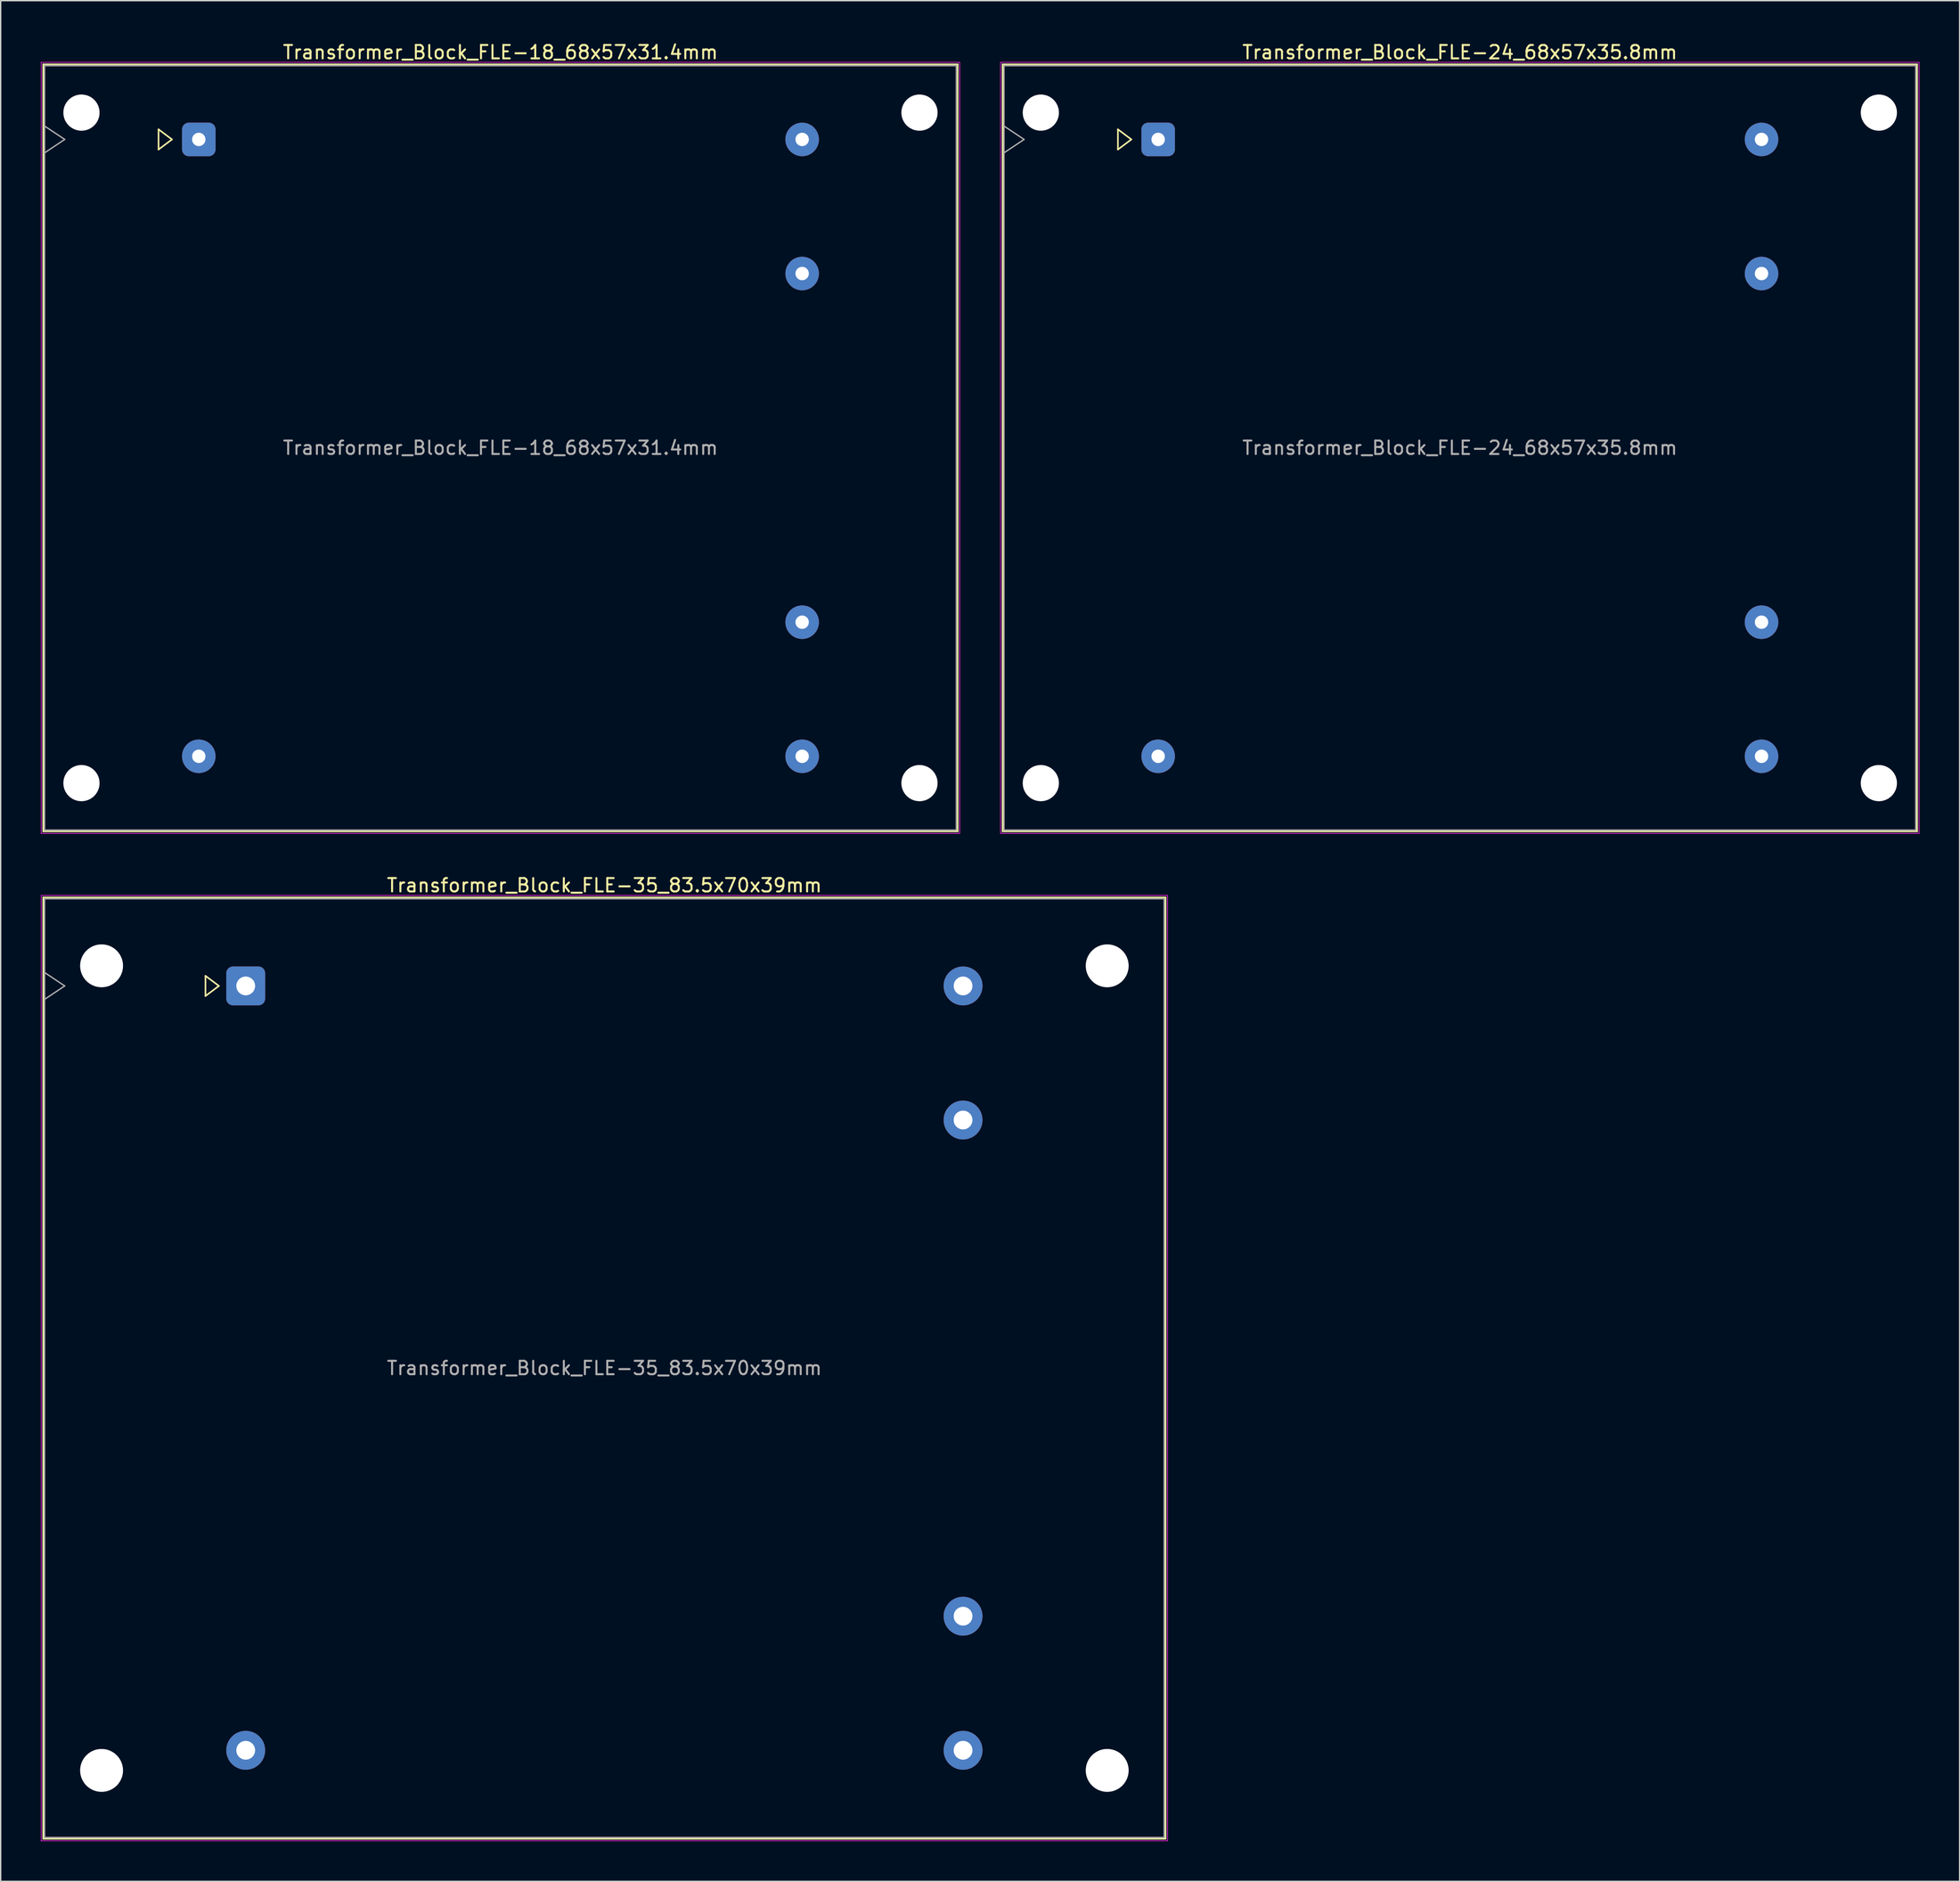
<source format=kicad_pcb>
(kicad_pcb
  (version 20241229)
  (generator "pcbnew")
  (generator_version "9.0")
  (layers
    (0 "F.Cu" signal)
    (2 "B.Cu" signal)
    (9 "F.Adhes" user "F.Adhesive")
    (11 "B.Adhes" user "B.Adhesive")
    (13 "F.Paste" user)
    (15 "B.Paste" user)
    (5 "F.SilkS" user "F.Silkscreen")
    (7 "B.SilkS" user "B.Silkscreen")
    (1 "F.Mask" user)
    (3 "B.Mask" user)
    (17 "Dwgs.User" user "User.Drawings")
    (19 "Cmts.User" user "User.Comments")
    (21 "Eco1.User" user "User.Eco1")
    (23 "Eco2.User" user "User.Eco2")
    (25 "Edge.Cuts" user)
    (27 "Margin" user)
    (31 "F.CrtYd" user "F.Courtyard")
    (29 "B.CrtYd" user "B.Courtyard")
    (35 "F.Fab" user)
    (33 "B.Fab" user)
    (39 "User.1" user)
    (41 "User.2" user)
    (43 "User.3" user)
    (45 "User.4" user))
  (footprint "Transformer_Block_FLE-24_68x57x35.8mm"
    (layer "F.Cu")
    (at 83.325 7.348)
    (property "Reference" "Transformer_Block_FLE-24_68x57x35.8mm" (at 22.5 -6.5 0) (layer "F.SilkS") (effects (font (size 1 1) (thickness 0.15))))
    (attr through_hole)
    (fp_line (start -11.6 -5.6) (end -11.6 51.6) (stroke (width 0.12) (type solid)) (layer "F.SilkS"))
    (fp_line (start -11.6 51.6) (end 56.6 51.6) (stroke (width 0.12) (type solid)) (layer "F.SilkS"))
    (fp_line (start -3 -0.75) (end -2 0) (stroke (width 0.12) (type solid)) (layer "F.SilkS"))
    (fp_line (start -3 0.75) (end -3 -0.75) (stroke (width 0.12) (type solid)) (layer "F.SilkS"))
    (fp_line (start -2 0) (end -3 0.75) (stroke (width 0.12) (type solid)) (layer "F.SilkS"))
    (fp_line (start 56.6 -5.6) (end -11.6 -5.6) (stroke (width 0.12) (type solid)) (layer "F.SilkS"))
    (fp_line (start 56.6 51.6) (end 56.6 -5.6) (stroke (width 0.12) (type solid)) (layer "F.SilkS"))
    (fp_line (start -11.75 -5.75) (end -11.75 51.75) (stroke (width 0.05) (type solid)) (layer "F.CrtYd"))
    (fp_line (start -11.75 51.75) (end 56.75 51.75) (stroke (width 0.05) (type solid)) (layer "F.CrtYd"))
    (fp_line (start 56.75 -5.75) (end -11.75 -5.75) (stroke (width 0.05) (type solid)) (layer "F.CrtYd"))
    (fp_line (start 56.75 51.75) (end 56.75 -5.75) (stroke (width 0.05) (type solid)) (layer "F.CrtYd"))
    (fp_line (start -11.5 -5.5) (end -11.5 51.5) (stroke (width 0.1) (type solid)) (layer "F.Fab"))
    (fp_line (start -11.5 -1) (end -10 0) (stroke (width 0.1) (type solid)) (layer "F.Fab"))
    (fp_line (start -11.5 51.5) (end 56.5 51.5) (stroke (width 0.1) (type solid)) (layer "F.Fab"))
    (fp_line (start -10 0) (end -11.5 1) (stroke (width 0.1) (type solid)) (layer "F.Fab"))
    (fp_line (start 56.5 -5.5) (end -11.5 -5.5) (stroke (width 0.1) (type solid)) (layer "F.Fab"))
    (fp_line (start 56.5 51.5) (end 56.5 -5.5) (stroke (width 0.1) (type solid)) (layer "F.Fab"))
    (fp_text user "${REFERENCE}" (at 22.5 23 0) (layer "F.Fab") (effects (font (size 1 1) (thickness 0.15))))
    (pad "" np_thru_hole circle (at -8.75 -2) (size 2.7 2.7) (drill 2.7) (layers "*.Cu" "*.Mask"))
    (pad "" np_thru_hole circle (at -8.75 48) (size 2.7 2.7) (drill 2.7) (layers "*.Cu" "*.Mask"))
    (pad "" np_thru_hole circle (at 53.75 -2) (size 2.7 2.7) (drill 2.7) (layers "*.Cu" "*.Mask"))
    (pad "" np_thru_hole circle (at 53.75 48) (size 2.7 2.7) (drill 2.7) (layers "*.Cu" "*.Mask"))
    (pad "1" thru_hole roundrect (at 0 0) (size 2.5 2.5) (drill 1) (layers "*.Cu" "*.Mask") (roundrect_rratio 0.2))
    (pad "2" thru_hole circle (at 0 46) (size 2.5 2.5) (drill 1) (layers "*.Cu" "*.Mask"))
    (pad "3" thru_hole circle (at 45 46) (size 2.5 2.5) (drill 1) (layers "*.Cu" "*.Mask"))
    (pad "4" thru_hole circle (at 45 36) (size 2.5 2.5) (drill 1) (layers "*.Cu" "*.Mask"))
    (pad "5" thru_hole circle (at 45 10) (size 2.5 2.5) (drill 1) (layers "*.Cu" "*.Mask"))
    (pad "6" thru_hole circle (at 45 0) (size 2.5 2.5) (drill 1) (layers "*.Cu" "*.Mask")))
  (footprint "Transformer_Block_FLE-35_83.5x70x39mm"
    (layer "F.Cu")
    (at 15.275 70.472)
    (property "Reference" "Transformer_Block_FLE-35_83.5x70x39mm" (at 26.75 -7.5 0) (layer "F.SilkS") (effects (font (size 1 1) (thickness 0.15))))
    (attr through_hole)
    (fp_line (start -15.1 -6.6) (end -15.1 63.6) (stroke (width 0.12) (type solid)) (layer "F.SilkS"))
    (fp_line (start -15.1 63.6) (end 68.6 63.6) (stroke (width 0.12) (type solid)) (layer "F.SilkS"))
    (fp_line (start -3 -0.75) (end -2 0) (stroke (width 0.12) (type solid)) (layer "F.SilkS"))
    (fp_line (start -3 0.75) (end -3 -0.75) (stroke (width 0.12) (type solid)) (layer "F.SilkS"))
    (fp_line (start -2 0) (end -3 0.75) (stroke (width 0.12) (type solid)) (layer "F.SilkS"))
    (fp_line (start 68.6 -6.6) (end -15.1 -6.6) (stroke (width 0.12) (type solid)) (layer "F.SilkS"))
    (fp_line (start 68.6 63.6) (end 68.6 -6.6) (stroke (width 0.12) (type solid)) (layer "F.SilkS"))
    (fp_line (start -15.25 -6.75) (end -15.25 63.75) (stroke (width 0.05) (type solid)) (layer "F.CrtYd"))
    (fp_line (start -15.25 63.75) (end 68.75 63.75) (stroke (width 0.05) (type solid)) (layer "F.CrtYd"))
    (fp_line (start 68.75 -6.75) (end -15.25 -6.75) (stroke (width 0.05) (type solid)) (layer "F.CrtYd"))
    (fp_line (start 68.75 63.75) (end 68.75 -6.75) (stroke (width 0.05) (type solid)) (layer "F.CrtYd"))
    (fp_line (start -15 -6.5) (end -15 63.5) (stroke (width 0.1) (type solid)) (layer "F.Fab"))
    (fp_line (start -15 -1) (end -13.5 0) (stroke (width 0.1) (type solid)) (layer "F.Fab"))
    (fp_line (start -15 63.5) (end 68.5 63.5) (stroke (width 0.1) (type solid)) (layer "F.Fab"))
    (fp_line (start -13.5 0) (end -15 1) (stroke (width 0.1) (type solid)) (layer "F.Fab"))
    (fp_line (start 68.5 -6.5) (end -15 -6.5) (stroke (width 0.1) (type solid)) (layer "F.Fab"))
    (fp_line (start 68.5 63.5) (end 68.5 -6.5) (stroke (width 0.1) (type solid)) (layer "F.Fab"))
    (fp_text user "${REFERENCE}" (at 26.75 28.5 0) (layer "F.Fab") (effects (font (size 1 1) (thickness 0.15))))
    (pad "" np_thru_hole circle (at -10.75 -1.5) (size 3.2 3.2) (drill 3.2) (layers "*.Cu" "*.Mask"))
    (pad "" np_thru_hole circle (at -10.75 58.5) (size 3.2 3.2) (drill 3.2) (layers "*.Cu" "*.Mask"))
    (pad "" np_thru_hole circle (at 64.25 -1.5) (size 3.2 3.2) (drill 3.2) (layers "*.Cu" "*.Mask"))
    (pad "" np_thru_hole circle (at 64.25 58.5) (size 3.2 3.2) (drill 3.2) (layers "*.Cu" "*.Mask"))
    (pad "1" thru_hole roundrect (at 0 0) (size 2.9 2.9) (drill 1.4) (layers "*.Cu" "*.Mask") (roundrect_rratio 0.172))
    (pad "2" thru_hole circle (at 0 57) (size 2.9 2.9) (drill 1.4) (layers "*.Cu" "*.Mask"))
    (pad "3" thru_hole circle (at 53.5 57) (size 2.9 2.9) (drill 1.4) (layers "*.Cu" "*.Mask"))
    (pad "4" thru_hole circle (at 53.5 47) (size 2.9 2.9) (drill 1.4) (layers "*.Cu" "*.Mask"))
    (pad "5" thru_hole circle (at 53.5 10) (size 2.9 2.9) (drill 1.4) (layers "*.Cu" "*.Mask"))
    (pad "6" thru_hole circle (at 53.5 0) (size 2.9 2.9) (drill 1.4) (layers "*.Cu" "*.Mask")))
  (footprint "Transformer_Block_FLE-18_68x57x31.4mm"
    (layer "F.Cu")
    (at 11.775 7.348)
    (property "Reference" "Transformer_Block_FLE-18_68x57x31.4mm" (at 22.5 -6.5 0) (layer "F.SilkS") (effects (font (size 1 1) (thickness 0.15))))
    (attr through_hole)
    (fp_line (start -11.6 -5.6) (end -11.6 51.6) (stroke (width 0.12) (type solid)) (layer "F.SilkS"))
    (fp_line (start -11.6 51.6) (end 56.6 51.6) (stroke (width 0.12) (type solid)) (layer "F.SilkS"))
    (fp_line (start -3 -0.75) (end -2 0) (stroke (width 0.12) (type solid)) (layer "F.SilkS"))
    (fp_line (start -3 0.75) (end -3 -0.75) (stroke (width 0.12) (type solid)) (layer "F.SilkS"))
    (fp_line (start -2 0) (end -3 0.75) (stroke (width 0.12) (type solid)) (layer "F.SilkS"))
    (fp_line (start 56.6 -5.6) (end -11.6 -5.6) (stroke (width 0.12) (type solid)) (layer "F.SilkS"))
    (fp_line (start 56.6 51.6) (end 56.6 -5.6) (stroke (width 0.12) (type solid)) (layer "F.SilkS"))
    (fp_line (start -11.75 -5.75) (end -11.75 51.75) (stroke (width 0.05) (type solid)) (layer "F.CrtYd"))
    (fp_line (start -11.75 51.75) (end 56.75 51.75) (stroke (width 0.05) (type solid)) (layer "F.CrtYd"))
    (fp_line (start 56.75 -5.75) (end -11.75 -5.75) (stroke (width 0.05) (type solid)) (layer "F.CrtYd"))
    (fp_line (start 56.75 51.75) (end 56.75 -5.75) (stroke (width 0.05) (type solid)) (layer "F.CrtYd"))
    (fp_line (start -11.5 -5.5) (end -11.5 51.5) (stroke (width 0.1) (type solid)) (layer "F.Fab"))
    (fp_line (start -11.5 -1) (end -10 0) (stroke (width 0.1) (type solid)) (layer "F.Fab"))
    (fp_line (start -11.5 51.5) (end 56.5 51.5) (stroke (width 0.1) (type solid)) (layer "F.Fab"))
    (fp_line (start -10 0) (end -11.5 1) (stroke (width 0.1) (type solid)) (layer "F.Fab"))
    (fp_line (start 56.5 -5.5) (end -11.5 -5.5) (stroke (width 0.1) (type solid)) (layer "F.Fab"))
    (fp_line (start 56.5 51.5) (end 56.5 -5.5) (stroke (width 0.1) (type solid)) (layer "F.Fab"))
    (fp_text user "${REFERENCE}" (at 22.5 23 0) (layer "F.Fab") (effects (font (size 1 1) (thickness 0.15))))
    (pad "" np_thru_hole circle (at -8.75 -2) (size 2.7 2.7) (drill 2.7) (layers "*.Cu" "*.Mask"))
    (pad "" np_thru_hole circle (at -8.75 48) (size 2.7 2.7) (drill 2.7) (layers "*.Cu" "*.Mask"))
    (pad "" np_thru_hole circle (at 53.75 -2) (size 2.7 2.7) (drill 2.7) (layers "*.Cu" "*.Mask"))
    (pad "" np_thru_hole circle (at 53.75 48) (size 2.7 2.7) (drill 2.7) (layers "*.Cu" "*.Mask"))
    (pad "1" thru_hole roundrect (at 0 0) (size 2.5 2.5) (drill 1) (layers "*.Cu" "*.Mask") (roundrect_rratio 0.2))
    (pad "2" thru_hole circle (at 0 46) (size 2.5 2.5) (drill 1) (layers "*.Cu" "*.Mask"))
    (pad "3" thru_hole circle (at 45 46) (size 2.5 2.5) (drill 1) (layers "*.Cu" "*.Mask"))
    (pad "4" thru_hole circle (at 45 36) (size 2.5 2.5) (drill 1) (layers "*.Cu" "*.Mask"))
    (pad "5" thru_hole circle (at 45 10) (size 2.5 2.5) (drill 1) (layers "*.Cu" "*.Mask"))
    (pad "6" thru_hole circle (at 45 0) (size 2.5 2.5) (drill 1) (layers "*.Cu" "*.Mask")))
  (gr_rect
    (start -3 -3)
    (end 143.1 137.246)
    (stroke (width 0.1) (type default))
    (fill no)
    (layer "Edge.Cuts")))
</source>
